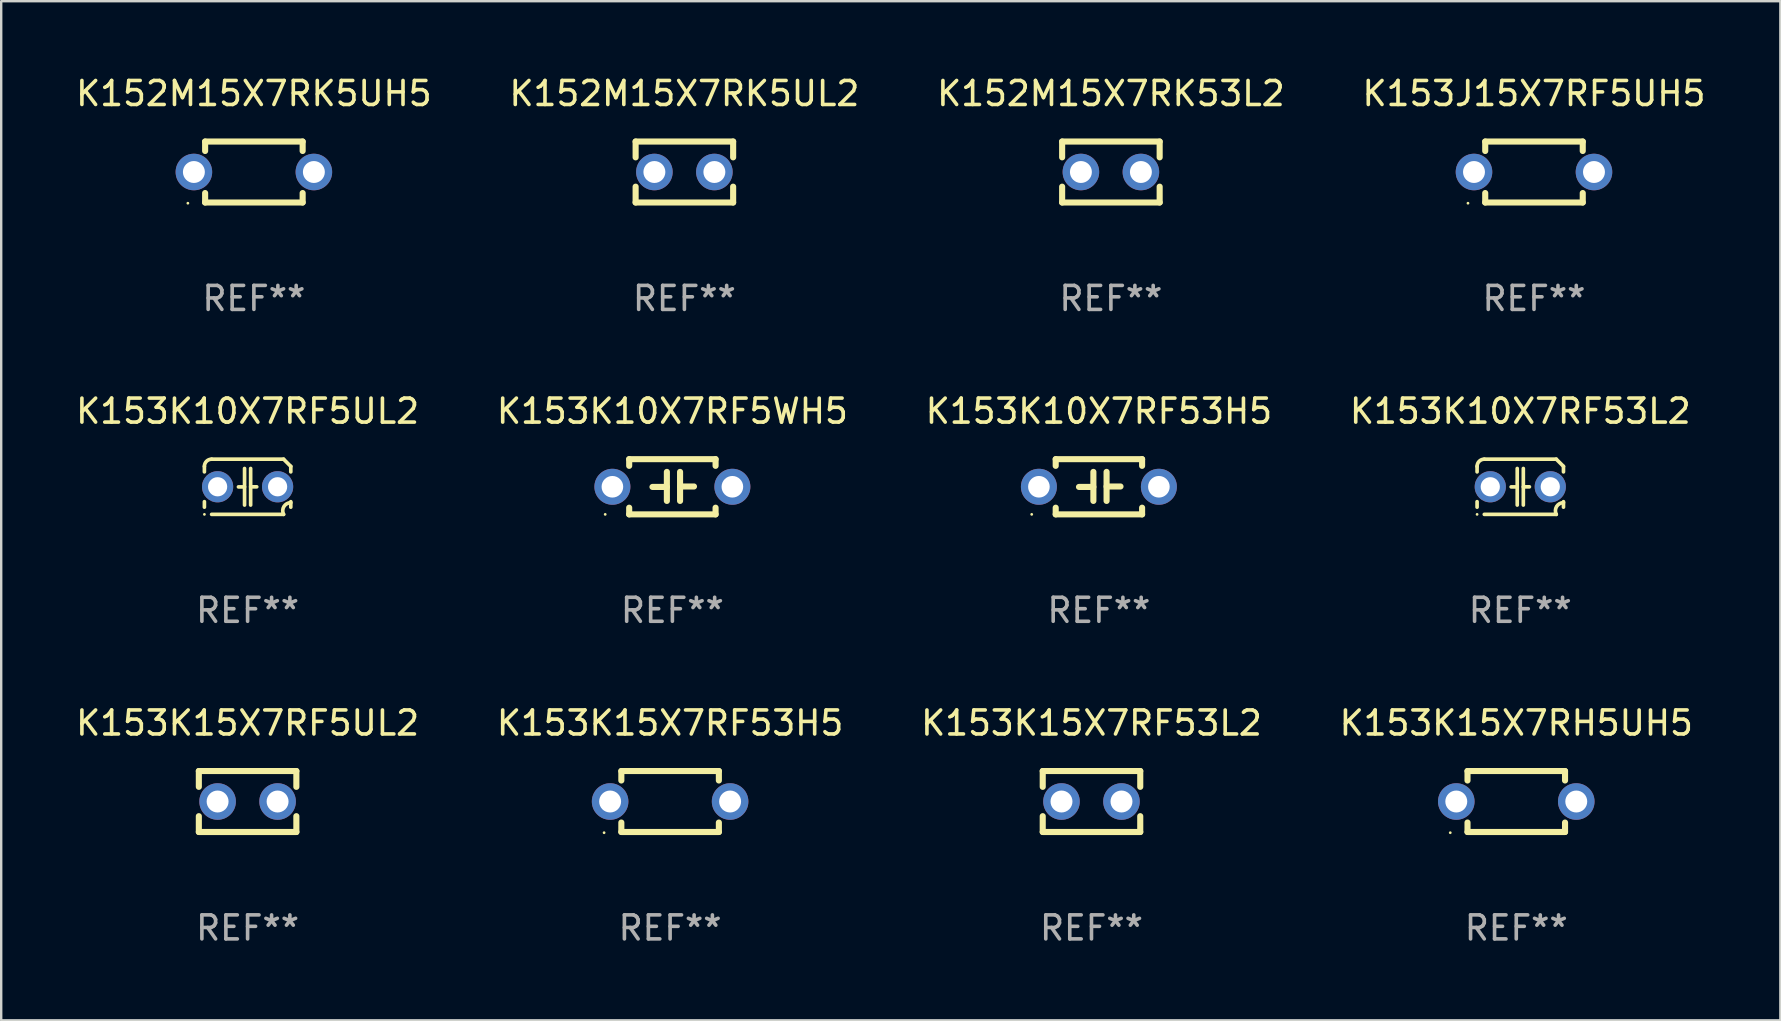
<source format=kicad_pcb>
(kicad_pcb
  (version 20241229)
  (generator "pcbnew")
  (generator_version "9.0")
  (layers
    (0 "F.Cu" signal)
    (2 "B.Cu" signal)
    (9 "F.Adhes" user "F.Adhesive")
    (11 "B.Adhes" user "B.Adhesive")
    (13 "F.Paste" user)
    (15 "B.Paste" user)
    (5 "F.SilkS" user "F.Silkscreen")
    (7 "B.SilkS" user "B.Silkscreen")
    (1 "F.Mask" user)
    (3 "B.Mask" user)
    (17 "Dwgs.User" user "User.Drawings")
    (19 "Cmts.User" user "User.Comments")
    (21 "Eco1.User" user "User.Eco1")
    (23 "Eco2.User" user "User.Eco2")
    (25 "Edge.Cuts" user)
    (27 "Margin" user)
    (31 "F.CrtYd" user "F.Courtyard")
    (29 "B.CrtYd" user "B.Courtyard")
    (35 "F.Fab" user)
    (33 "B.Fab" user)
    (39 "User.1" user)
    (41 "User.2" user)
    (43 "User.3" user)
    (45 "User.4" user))
  (footprint "K153K10X7RF53H5"
    (layer "F.Cu")
    (at 42.744 17.235)
    (property "Reference" "K153K10X7RF53H5" (at 0 -3.15 0) (layer "F.SilkS") (effects (font (size 1 1) (thickness 0.15))))
    (attr through_hole)
    (fp_line (start -1.8 -1.15) (end -1.8 -0.872) (stroke (width 0.254) (type solid)) (layer "F.SilkS"))
    (fp_line (start -1.8 -1.15) (end 1.8 -1.15) (stroke (width 0.254) (type solid)) (layer "F.SilkS"))
    (fp_line (start -1.8 0.872) (end -1.8 1.15) (stroke (width 0.254) (type solid)) (layer "F.SilkS"))
    (fp_line (start -1.8 1.15) (end 1.8 1.15) (stroke (width 0.254) (type solid)) (layer "F.SilkS"))
    (fp_line (start -0.23 -0.62) (end -0.23 0.59) (stroke (width 0.254) (type solid)) (layer "F.SilkS"))
    (fp_line (start -0.23 0.007) (end -0.83 0.007) (stroke (width 0.254) (type solid)) (layer "F.SilkS"))
    (fp_line (start 0.32 -0.62) (end 0.32 0.59) (stroke (width 0.254) (type solid)) (layer "F.SilkS"))
    (fp_line (start 0.32 -0.012) (end 0.9 -0.012) (stroke (width 0.254) (type solid)) (layer "F.SilkS"))
    (fp_line (start 1.8 -1.15) (end 1.8 -0.872) (stroke (width 0.254) (type solid)) (layer "F.SilkS"))
    (fp_line (start 1.8 0.872) (end 1.8 1.15) (stroke (width 0.254) (type solid)) (layer "F.SilkS"))
    (fp_circle (center -2.8 1.15) (end -2.77 1.15) (stroke (width 0.06) (type solid)) (fill no) (layer "F.SilkS"))
    (fp_text user "REF**" (at 0 5.15 0) (layer "F.Fab") (effects (font (size 1 1) (thickness 0.15))))
    (pad "1" thru_hole circle (at -2.5 0) (size 1.5 1.5) (drill 0.9) (layers "*.Cu" "*.Mask"))
    (pad "2" thru_hole circle (at 2.5 0) (size 1.5 1.5) (drill 0.9) (layers "*.Cu" "*.Mask")))
  (footprint "K153K15X7RF53L2"
    (layer "F.Cu")
    (at 42.435 30.351)
    (property "Reference" "K153K15X7RF53L2" (at 0 -3.27 0) (layer "F.SilkS") (effects (font (size 1 1) (thickness 0.15))))
    (attr through_hole)
    (fp_line (start -2.032 -1.27) (end -2.032 -0.611) (stroke (width 0.254) (type solid)) (layer "F.SilkS"))
    (fp_line (start -2.032 0.611) (end -2.032 1.27) (stroke (width 0.254) (type solid)) (layer "F.SilkS"))
    (fp_line (start -2.032 1.27) (end 2.032 1.27) (stroke (width 0.254) (type solid)) (layer "F.SilkS"))
    (fp_line (start 2.032 -1.27) (end -2.032 -1.27) (stroke (width 0.254) (type solid)) (layer "F.SilkS"))
    (fp_line (start 2.032 -0.611) (end 2.032 -1.27) (stroke (width 0.254) (type solid)) (layer "F.SilkS"))
    (fp_line (start 2.032 1.27) (end 2.032 0.611) (stroke (width 0.254) (type solid)) (layer "F.SilkS"))
    (fp_circle (center -2 1.3) (end -1.97 1.3) (stroke (width 0.06) (type solid)) (fill no) (layer "F.SilkS"))
    (fp_text user "REF**" (at 0 5.27 0) (layer "F.Fab") (effects (font (size 1 1) (thickness 0.15))))
    (pad "1" thru_hole circle (at -1.25 0) (size 1.524 1.524) (drill 0.914) (layers "*.Cu" "*.Mask"))
    (pad "2" thru_hole circle (at 1.25 0) (size 1.524 1.524) (drill 0.914) (layers "*.Cu" "*.Mask")))
  (footprint "K153K15X7RF5UL2"
    (layer "F.Cu")
    (at 7.268 30.351)
    (property "Reference" "K153K15X7RF5UL2" (at 0 -3.27 0) (layer "F.SilkS") (effects (font (size 1 1) (thickness 0.15))))
    (attr through_hole)
    (fp_line (start -2.032 -1.27) (end -2.032 -0.611) (stroke (width 0.254) (type solid)) (layer "F.SilkS"))
    (fp_line (start -2.032 0.611) (end -2.032 1.27) (stroke (width 0.254) (type solid)) (layer "F.SilkS"))
    (fp_line (start -2.032 1.27) (end 2.032 1.27) (stroke (width 0.254) (type solid)) (layer "F.SilkS"))
    (fp_line (start 2.032 -1.27) (end -2.032 -1.27) (stroke (width 0.254) (type solid)) (layer "F.SilkS"))
    (fp_line (start 2.032 -0.611) (end 2.032 -1.27) (stroke (width 0.254) (type solid)) (layer "F.SilkS"))
    (fp_line (start 2.032 1.27) (end 2.032 0.611) (stroke (width 0.254) (type solid)) (layer "F.SilkS"))
    (fp_circle (center -2 1.3) (end -1.97 1.3) (stroke (width 0.06) (type solid)) (fill no) (layer "F.SilkS"))
    (fp_text user "REF**" (at 0 5.27 0) (layer "F.Fab") (effects (font (size 1 1) (thickness 0.15))))
    (pad "1" thru_hole circle (at -1.25 0) (size 1.524 1.524) (drill 0.914) (layers "*.Cu" "*.Mask"))
    (pad "2" thru_hole circle (at 1.25 0) (size 1.524 1.524) (drill 0.914) (layers "*.Cu" "*.Mask")))
  (footprint "K153J15X7RF5UH5"
    (layer "F.Cu")
    (at 60.875 4.118)
    (property "Reference" "K153J15X7RF5UH5" (at 0 -3.27 0) (layer "F.SilkS") (effects (font (size 1 1) (thickness 0.15))))
    (attr through_hole)
    (fp_line (start -2.032 -1.27) (end -2.032 -0.876) (stroke (width 0.254) (type solid)) (layer "F.SilkS"))
    (fp_line (start -2.032 0.876) (end -2.032 1.27) (stroke (width 0.254) (type solid)) (layer "F.SilkS"))
    (fp_line (start -2.032 1.27) (end 2.032 1.27) (stroke (width 0.254) (type solid)) (layer "F.SilkS"))
    (fp_line (start 2.032 -1.27) (end -2.032 -1.27) (stroke (width 0.254) (type solid)) (layer "F.SilkS"))
    (fp_line (start 2.032 -0.876) (end 2.032 -1.27) (stroke (width 0.254) (type solid)) (layer "F.SilkS"))
    (fp_line (start 2.032 1.27) (end 2.032 0.876) (stroke (width 0.254) (type solid)) (layer "F.SilkS"))
    (fp_circle (center -2.751 1.3) (end -2.721 1.3) (stroke (width 0.06) (type solid)) (fill no) (layer "F.SilkS"))
    (fp_text user "REF**" (at 0 5.27 0) (layer "F.Fab") (effects (font (size 1 1) (thickness 0.15))))
    (pad "1" thru_hole circle (at -2.5 0) (size 1.524 1.524) (drill 0.914) (layers "*.Cu" "*.Mask"))
    (pad "2" thru_hole circle (at 2.5 0) (size 1.524 1.524) (drill 0.914) (layers "*.Cu" "*.Mask")))
  (footprint "K152M15X7RK5UL2"
    (layer "F.Cu")
    (at 25.47 4.118)
    (property "Reference" "K152M15X7RK5UL2" (at 0 -3.27 0) (layer "F.SilkS") (effects (font (size 1 1) (thickness 0.15))))
    (attr through_hole)
    (fp_line (start -2.032 -1.27) (end -2.032 -0.611) (stroke (width 0.254) (type solid)) (layer "F.SilkS"))
    (fp_line (start -2.032 0.611) (end -2.032 1.27) (stroke (width 0.254) (type solid)) (layer "F.SilkS"))
    (fp_line (start -2.032 1.27) (end 2.032 1.27) (stroke (width 0.254) (type solid)) (layer "F.SilkS"))
    (fp_line (start 2.032 -1.27) (end -2.032 -1.27) (stroke (width 0.254) (type solid)) (layer "F.SilkS"))
    (fp_line (start 2.032 -0.611) (end 2.032 -1.27) (stroke (width 0.254) (type solid)) (layer "F.SilkS"))
    (fp_line (start 2.032 1.27) (end 2.032 0.611) (stroke (width 0.254) (type solid)) (layer "F.SilkS"))
    (fp_circle (center -2 1.3) (end -1.97 1.3) (stroke (width 0.06) (type solid)) (fill no) (layer "F.SilkS"))
    (fp_text user "REF**" (at 0 5.27 0) (layer "F.Fab") (effects (font (size 1 1) (thickness 0.15))))
    (pad "1" thru_hole circle (at -1.25 0) (size 1.524 1.524) (drill 0.914) (layers "*.Cu" "*.Mask"))
    (pad "2" thru_hole circle (at 1.25 0) (size 1.524 1.524) (drill 0.914) (layers "*.Cu" "*.Mask")))
  (footprint "K153K15X7RH5UH5"
    (layer "F.Cu")
    (at 60.137 30.351)
    (property "Reference" "K153K15X7RH5UH5" (at 0 -3.27 0) (layer "F.SilkS") (effects (font (size 1 1) (thickness 0.15))))
    (attr through_hole)
    (fp_line (start -2.032 -1.27) (end -2.032 -0.876) (stroke (width 0.254) (type solid)) (layer "F.SilkS"))
    (fp_line (start -2.032 0.876) (end -2.032 1.27) (stroke (width 0.254) (type solid)) (layer "F.SilkS"))
    (fp_line (start -2.032 1.27) (end 2.032 1.27) (stroke (width 0.254) (type solid)) (layer "F.SilkS"))
    (fp_line (start 2.032 -1.27) (end -2.032 -1.27) (stroke (width 0.254) (type solid)) (layer "F.SilkS"))
    (fp_line (start 2.032 -0.876) (end 2.032 -1.27) (stroke (width 0.254) (type solid)) (layer "F.SilkS"))
    (fp_line (start 2.032 1.27) (end 2.032 0.876) (stroke (width 0.254) (type solid)) (layer "F.SilkS"))
    (fp_circle (center -2.751 1.3) (end -2.721 1.3) (stroke (width 0.06) (type solid)) (fill no) (layer "F.SilkS"))
    (fp_text user "REF**" (at 0 5.27 0) (layer "F.Fab") (effects (font (size 1 1) (thickness 0.15))))
    (pad "1" thru_hole circle (at -2.5 0) (size 1.524 1.524) (drill 0.914) (layers "*.Cu" "*.Mask"))
    (pad "2" thru_hole circle (at 2.5 0) (size 1.524 1.524) (drill 0.914) (layers "*.Cu" "*.Mask")))
  (footprint "K153K10X7RF5WH5"
    (layer "F.Cu")
    (at 24.97 17.235)
    (property "Reference" "K153K10X7RF5WH5" (at 0 -3.15 0) (layer "F.SilkS") (effects (font (size 1 1) (thickness 0.15))))
    (attr through_hole)
    (fp_line (start -1.8 -1.15) (end -1.8 -0.872) (stroke (width 0.254) (type solid)) (layer "F.SilkS"))
    (fp_line (start -1.8 -1.15) (end 1.8 -1.15) (stroke (width 0.254) (type solid)) (layer "F.SilkS"))
    (fp_line (start -1.8 0.872) (end -1.8 1.15) (stroke (width 0.254) (type solid)) (layer "F.SilkS"))
    (fp_line (start -1.8 1.15) (end 1.8 1.15) (stroke (width 0.254) (type solid)) (layer "F.SilkS"))
    (fp_line (start -0.23 -0.62) (end -0.23 0.59) (stroke (width 0.254) (type solid)) (layer "F.SilkS"))
    (fp_line (start -0.23 0.007) (end -0.83 0.007) (stroke (width 0.254) (type solid)) (layer "F.SilkS"))
    (fp_line (start 0.32 -0.62) (end 0.32 0.59) (stroke (width 0.254) (type solid)) (layer "F.SilkS"))
    (fp_line (start 0.32 -0.012) (end 0.9 -0.012) (stroke (width 0.254) (type solid)) (layer "F.SilkS"))
    (fp_line (start 1.8 -1.15) (end 1.8 -0.872) (stroke (width 0.254) (type solid)) (layer "F.SilkS"))
    (fp_line (start 1.8 0.872) (end 1.8 1.15) (stroke (width 0.254) (type solid)) (layer "F.SilkS"))
    (fp_circle (center -2.8 1.15) (end -2.77 1.15) (stroke (width 0.06) (type solid)) (fill no) (layer "F.SilkS"))
    (fp_text user "REF**" (at 0 5.15 0) (layer "F.Fab") (effects (font (size 1 1) (thickness 0.15))))
    (pad "1" thru_hole circle (at -2.5 0) (size 1.5 1.5) (drill 0.9) (layers "*.Cu" "*.Mask"))
    (pad "2" thru_hole circle (at 2.5 0) (size 1.5 1.5) (drill 0.9) (layers "*.Cu" "*.Mask")))
  (footprint "K152M15X7RK53L2"
    (layer "F.Cu")
    (at 43.244 4.118)
    (property "Reference" "K152M15X7RK53L2" (at 0 -3.27 0) (layer "F.SilkS") (effects (font (size 1 1) (thickness 0.15))))
    (attr through_hole)
    (fp_line (start -2.032 -1.27) (end -2.032 -0.611) (stroke (width 0.254) (type solid)) (layer "F.SilkS"))
    (fp_line (start -2.032 0.611) (end -2.032 1.27) (stroke (width 0.254) (type solid)) (layer "F.SilkS"))
    (fp_line (start -2.032 1.27) (end 2.032 1.27) (stroke (width 0.254) (type solid)) (layer "F.SilkS"))
    (fp_line (start 2.032 -1.27) (end -2.032 -1.27) (stroke (width 0.254) (type solid)) (layer "F.SilkS"))
    (fp_line (start 2.032 -0.611) (end 2.032 -1.27) (stroke (width 0.254) (type solid)) (layer "F.SilkS"))
    (fp_line (start 2.032 1.27) (end 2.032 0.611) (stroke (width 0.254) (type solid)) (layer "F.SilkS"))
    (fp_circle (center -2 1.3) (end -1.97 1.3) (stroke (width 0.06) (type solid)) (fill no) (layer "F.SilkS"))
    (fp_text user "REF**" (at 0 5.27 0) (layer "F.Fab") (effects (font (size 1 1) (thickness 0.15))))
    (pad "1" thru_hole circle (at -1.25 0) (size 1.524 1.524) (drill 0.914) (layers "*.Cu" "*.Mask"))
    (pad "2" thru_hole circle (at 1.25 0) (size 1.524 1.524) (drill 0.914) (layers "*.Cu" "*.Mask")))
  (footprint "K153K10X7RF5UL2"
    (layer "F.Cu")
    (at 7.268 17.235)
    (property "Reference" "K153K10X7RF5UL2" (at 0 -3.15 0) (layer "F.SilkS") (effects (font (size 1 1) (thickness 0.15))))
    (attr through_hole)
    (fp_line (start -1.8 -0.621) (end -1.8 -0.85) (stroke (width 0.152) (type solid)) (layer "F.SilkS"))
    (fp_line (start -1.8 0.85) (end -1.8 0.621) (stroke (width 0.152) (type solid)) (layer "F.SilkS"))
    (fp_line (start -1.5 -1.15) (end 1.5 -1.15) (stroke (width 0.152) (type solid)) (layer "F.SilkS"))
    (fp_line (start -0.127 -0.762) (end -0.127 0.762) (stroke (width 0.152) (type solid)) (layer "F.SilkS"))
    (fp_line (start -0.127 0.005) (end -0.381 0.005) (stroke (width 0.152) (type solid)) (layer "F.SilkS"))
    (fp_line (start 0.127 -0.762) (end 0.127 0.762) (stroke (width 0.152) (type solid)) (layer "F.SilkS"))
    (fp_line (start 0.127 0.002) (end 0.381 0.002) (stroke (width 0.152) (type solid)) (layer "F.SilkS"))
    (fp_line (start 1.5 1.15) (end -1.5 1.15) (stroke (width 0.152) (type solid)) (layer "F.SilkS"))
    (fp_line (start 1.8 -0.85) (end 1.8 -0.621) (stroke (width 0.152) (type solid)) (layer "F.SilkS"))
    (fp_line (start 1.8 0.621) (end 1.8 0.85) (stroke (width 0.152) (type solid)) (layer "F.SilkS"))
    (fp_arc (start -1.799975 -0.849987) (mid -1.712107 -1.062119) (end -1.499975 -1.149987) (stroke (width 0.151994) (type solid)) (layer "F.SilkS"))
    (fp_arc (start 1.499975 1.149987) (mid 1.513726 0.822359) (end 1.799975 0.662387) (stroke (width 0.151994) (type solid)) (layer "F.SilkS"))
    (fp_arc (start 1.500001 -1.149986) (mid 1.650015 -1.000001) (end 1.8 -0.849987) (stroke (width 0.151994) (type solid)) (layer "F.SilkS"))
    (fp_circle (center -1.8 1.15) (end -1.77 1.15) (stroke (width 0.06) (type solid)) (fill no) (layer "F.SilkS"))
    (fp_text user "REF**" (at 0 5.15 0) (layer "F.Fab") (effects (font (size 1 1) (thickness 0.15))))
    (pad "1" thru_hole circle (at -1.25 0) (size 1.3 1.3) (drill 0.8) (layers "*.Cu" "*.Mask"))
    (pad "2" thru_hole circle (at 1.25 0) (size 1.3 1.3) (drill 0.8) (layers "*.Cu" "*.Mask")))
  (footprint "K152M15X7RK5UH5"
    (layer "F.Cu")
    (at 7.53 4.118)
    (property "Reference" "K152M15X7RK5UH5" (at 0 -3.27 0) (layer "F.SilkS") (effects (font (size 1 1) (thickness 0.15))))
    (attr through_hole)
    (fp_line (start -2.032 -1.27) (end -2.032 -0.876) (stroke (width 0.254) (type solid)) (layer "F.SilkS"))
    (fp_line (start -2.032 0.876) (end -2.032 1.27) (stroke (width 0.254) (type solid)) (layer "F.SilkS"))
    (fp_line (start -2.032 1.27) (end 2.032 1.27) (stroke (width 0.254) (type solid)) (layer "F.SilkS"))
    (fp_line (start 2.032 -1.27) (end -2.032 -1.27) (stroke (width 0.254) (type solid)) (layer "F.SilkS"))
    (fp_line (start 2.032 -0.876) (end 2.032 -1.27) (stroke (width 0.254) (type solid)) (layer "F.SilkS"))
    (fp_line (start 2.032 1.27) (end 2.032 0.876) (stroke (width 0.254) (type solid)) (layer "F.SilkS"))
    (fp_circle (center -2.751 1.3) (end -2.721 1.3) (stroke (width 0.06) (type solid)) (fill no) (layer "F.SilkS"))
    (fp_text user "REF**" (at 0 5.27 0) (layer "F.Fab") (effects (font (size 1 1) (thickness 0.15))))
    (pad "1" thru_hole circle (at -2.5 0) (size 1.524 1.524) (drill 0.914) (layers "*.Cu" "*.Mask"))
    (pad "2" thru_hole circle (at 2.5 0) (size 1.524 1.524) (drill 0.914) (layers "*.Cu" "*.Mask")))
  (footprint "K153K10X7RF53L2"
    (layer "F.Cu")
    (at 60.304 17.235)
    (property "Reference" "K153K10X7RF53L2" (at 0 -3.15 0) (layer "F.SilkS") (effects (font (size 1 1) (thickness 0.15))))
    (attr through_hole)
    (fp_line (start -1.8 -0.621) (end -1.8 -0.85) (stroke (width 0.152) (type solid)) (layer "F.SilkS"))
    (fp_line (start -1.8 0.85) (end -1.8 0.621) (stroke (width 0.152) (type solid)) (layer "F.SilkS"))
    (fp_line (start -1.5 -1.15) (end 1.5 -1.15) (stroke (width 0.152) (type solid)) (layer "F.SilkS"))
    (fp_line (start -0.127 -0.762) (end -0.127 0.762) (stroke (width 0.152) (type solid)) (layer "F.SilkS"))
    (fp_line (start -0.127 0.005) (end -0.381 0.005) (stroke (width 0.152) (type solid)) (layer "F.SilkS"))
    (fp_line (start 0.127 -0.762) (end 0.127 0.762) (stroke (width 0.152) (type solid)) (layer "F.SilkS"))
    (fp_line (start 0.127 0.002) (end 0.381 0.002) (stroke (width 0.152) (type solid)) (layer "F.SilkS"))
    (fp_line (start 1.5 1.15) (end -1.5 1.15) (stroke (width 0.152) (type solid)) (layer "F.SilkS"))
    (fp_line (start 1.8 -0.85) (end 1.8 -0.621) (stroke (width 0.152) (type solid)) (layer "F.SilkS"))
    (fp_line (start 1.8 0.621) (end 1.8 0.85) (stroke (width 0.152) (type solid)) (layer "F.SilkS"))
    (fp_arc (start -1.799975 -0.849987) (mid -1.712107 -1.062119) (end -1.499975 -1.149987) (stroke (width 0.151994) (type solid)) (layer "F.SilkS"))
    (fp_arc (start 1.499975 1.149987) (mid 1.513726 0.822359) (end 1.799975 0.662387) (stroke (width 0.151994) (type solid)) (layer "F.SilkS"))
    (fp_arc (start 1.500001 -1.149986) (mid 1.650015 -1.000001) (end 1.8 -0.849987) (stroke (width 0.151994) (type solid)) (layer "F.SilkS"))
    (fp_circle (center -1.8 1.15) (end -1.77 1.15) (stroke (width 0.06) (type solid)) (fill no) (layer "F.SilkS"))
    (fp_text user "REF**" (at 0 5.15 0) (layer "F.Fab") (effects (font (size 1 1) (thickness 0.15))))
    (pad "1" thru_hole circle (at -1.25 0) (size 1.3 1.3) (drill 0.8) (layers "*.Cu" "*.Mask"))
    (pad "2" thru_hole circle (at 1.25 0) (size 1.3 1.3) (drill 0.8) (layers "*.Cu" "*.Mask")))
  (footprint "K153K15X7RF53H5"
    (layer "F.Cu")
    (at 24.875 30.351)
    (property "Reference" "K153K15X7RF53H5" (at 0 -3.27 0) (layer "F.SilkS") (effects (font (size 1 1) (thickness 0.15))))
    (attr through_hole)
    (fp_line (start -2.032 -1.27) (end -2.032 -0.876) (stroke (width 0.254) (type solid)) (layer "F.SilkS"))
    (fp_line (start -2.032 0.876) (end -2.032 1.27) (stroke (width 0.254) (type solid)) (layer "F.SilkS"))
    (fp_line (start -2.032 1.27) (end 2.032 1.27) (stroke (width 0.254) (type solid)) (layer "F.SilkS"))
    (fp_line (start 2.032 -1.27) (end -2.032 -1.27) (stroke (width 0.254) (type solid)) (layer "F.SilkS"))
    (fp_line (start 2.032 -0.876) (end 2.032 -1.27) (stroke (width 0.254) (type solid)) (layer "F.SilkS"))
    (fp_line (start 2.032 1.27) (end 2.032 0.876) (stroke (width 0.254) (type solid)) (layer "F.SilkS"))
    (fp_circle (center -2.751 1.3) (end -2.721 1.3) (stroke (width 0.06) (type solid)) (fill no) (layer "F.SilkS"))
    (fp_text user "REF**" (at 0 5.27 0) (layer "F.Fab") (effects (font (size 1 1) (thickness 0.15))))
    (pad "1" thru_hole circle (at -2.5 0) (size 1.524 1.524) (drill 0.914) (layers "*.Cu" "*.Mask"))
    (pad "2" thru_hole circle (at 2.5 0) (size 1.524 1.524) (drill 0.914) (layers "*.Cu" "*.Mask")))
  (gr_rect
    (start -3 -3)
    (end 71.143 39.47)
    (stroke (width 0.1) (type default))
    (fill no)
    (layer "Edge.Cuts")))
</source>
